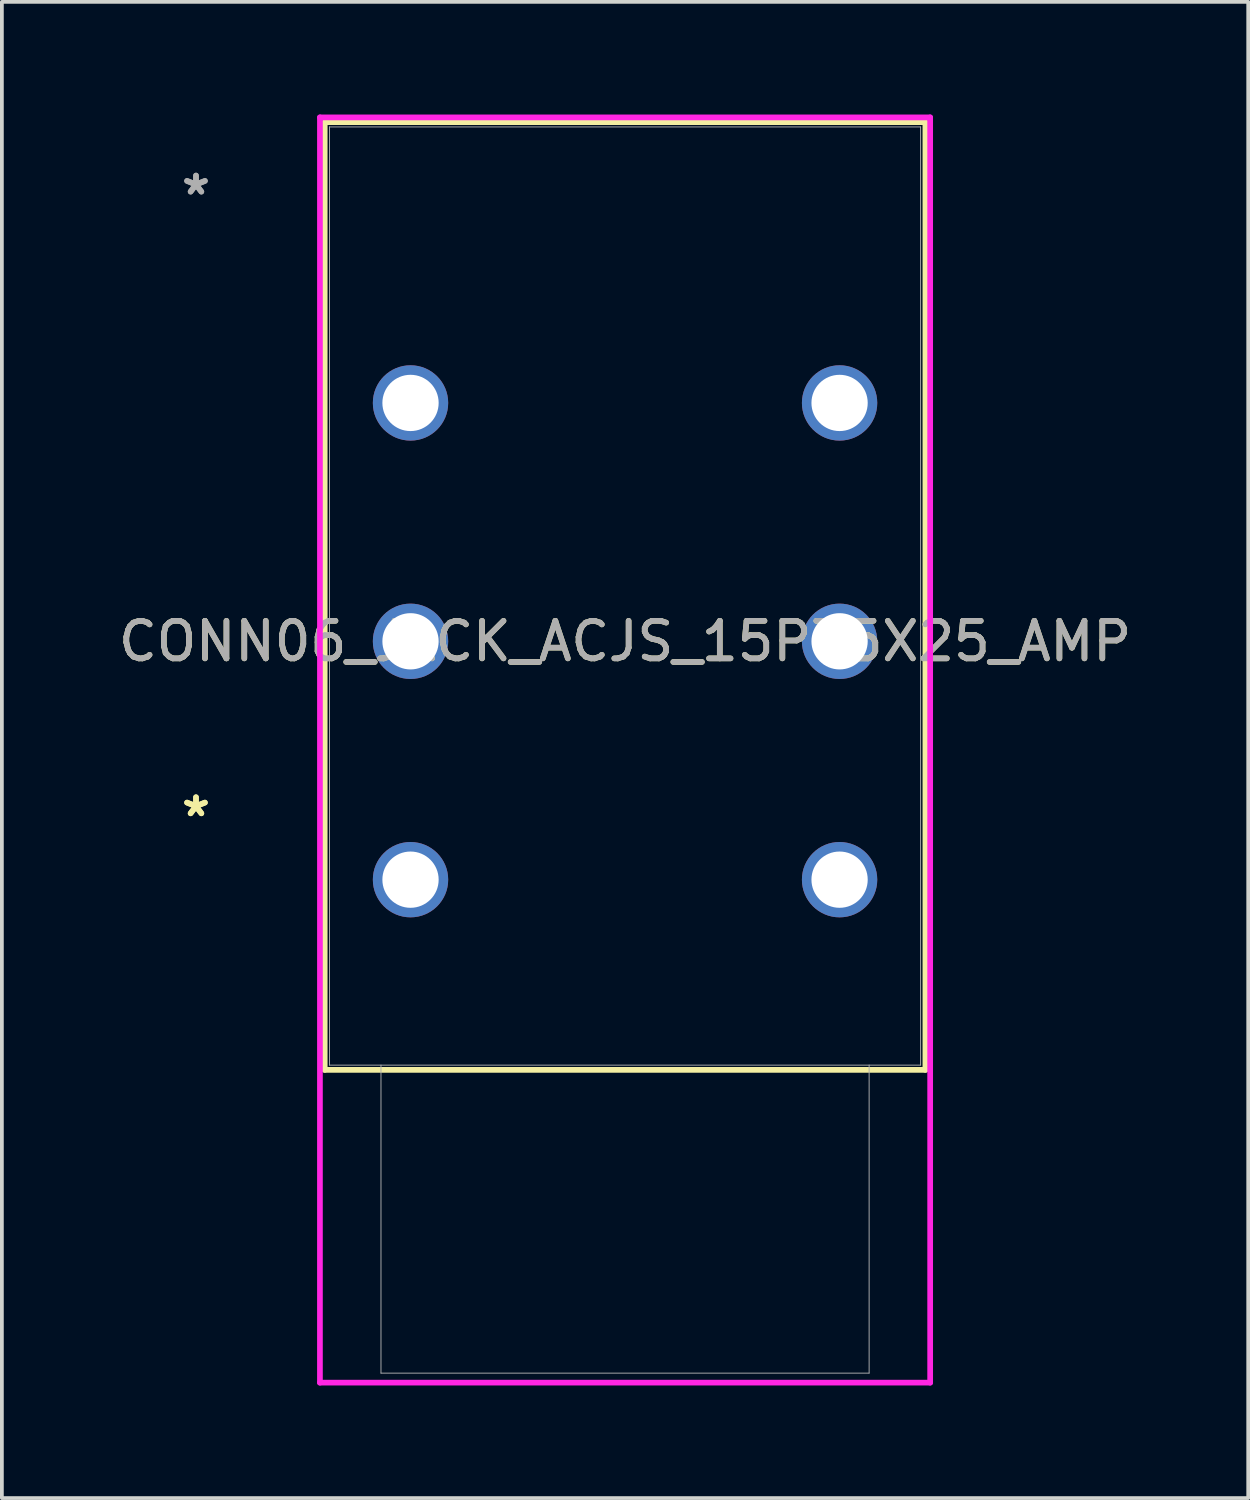
<source format=kicad_pcb>
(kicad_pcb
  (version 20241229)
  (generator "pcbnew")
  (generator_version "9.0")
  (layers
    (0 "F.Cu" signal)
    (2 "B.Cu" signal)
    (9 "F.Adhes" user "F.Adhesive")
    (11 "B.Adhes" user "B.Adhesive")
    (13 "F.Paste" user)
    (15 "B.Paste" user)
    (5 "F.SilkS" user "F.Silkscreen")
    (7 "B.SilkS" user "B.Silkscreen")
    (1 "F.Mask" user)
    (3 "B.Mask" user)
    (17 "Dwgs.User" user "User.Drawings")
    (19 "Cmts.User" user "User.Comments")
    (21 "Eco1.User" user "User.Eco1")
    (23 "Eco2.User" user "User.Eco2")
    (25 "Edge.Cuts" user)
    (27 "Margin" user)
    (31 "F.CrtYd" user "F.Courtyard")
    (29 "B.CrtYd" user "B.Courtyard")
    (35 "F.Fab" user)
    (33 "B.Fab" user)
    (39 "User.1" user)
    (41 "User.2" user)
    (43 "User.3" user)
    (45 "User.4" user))
  (footprint "CONN06_JACK_ACJS_15P75X25_AMP"
    (layer "F.Cu")
    (at 7.886 20.384)
    (property "Reference" "CONN06_JACK_ACJS_15P75X25_AMP" (at 5.715 -6.35 0) (unlocked yes) (layer "F.SilkS") (effects (font (size 1 1) (thickness 0.15))))
    (attr through_hole)
    (fp_line (start -2.286 -20.18) (end -2.286 5.067) (stroke (width 0.152) (type solid)) (layer "F.SilkS"))
    (fp_line (start -2.286 5.067) (end 13.716 5.067) (stroke (width 0.152) (type solid)) (layer "F.SilkS"))
    (fp_line (start 13.716 -20.18) (end -2.286 -20.18) (stroke (width 0.152) (type solid)) (layer "F.SilkS"))
    (fp_line (start 13.716 5.067) (end 13.716 -20.18) (stroke (width 0.152) (type solid)) (layer "F.SilkS"))
    (fp_line (start -2.413 -20.307) (end -2.413 13.399) (stroke (width 0.152) (type solid)) (layer "F.CrtYd"))
    (fp_line (start -2.413 13.399) (end 13.843 13.399) (stroke (width 0.152) (type solid)) (layer "F.CrtYd"))
    (fp_line (start 13.843 -20.307) (end -2.413 -20.307) (stroke (width 0.152) (type solid)) (layer "F.CrtYd"))
    (fp_line (start 13.843 13.399) (end 13.843 -20.307) (stroke (width 0.152) (type solid)) (layer "F.CrtYd"))
    (fp_line (start -2.159 -20.053) (end -2.159 4.94) (stroke (width 0.025) (type solid)) (layer "F.Fab"))
    (fp_line (start -2.159 4.94) (end 13.589 4.94) (stroke (width 0.025) (type solid)) (layer "F.Fab"))
    (fp_line (start -0.787 4.94) (end -0.787 13.145) (stroke (width 0.025) (type solid)) (layer "F.Fab"))
    (fp_line (start -0.787 13.145) (end 12.217 13.145) (stroke (width 0.025) (type solid)) (layer "F.Fab"))
    (fp_line (start 12.217 4.94) (end 12.217 13.145) (stroke (width 0.025) (type solid)) (layer "F.Fab"))
    (fp_line (start 13.589 -20.053) (end -2.159 -20.053) (stroke (width 0.025) (type solid)) (layer "F.Fab"))
    (fp_line (start 13.589 4.94) (end 13.589 -20.053) (stroke (width 0.025) (type solid)) (layer "F.Fab"))
    (fp_text user "*" (at -5.715 -1.651 0) (unlocked yes) (layer "F.SilkS") (effects (font (size 1 1) (thickness 0.15))))
    (fp_text user "*" (at -5.715 -1.651 0) (layer "F.SilkS") (effects (font (size 1 1) (thickness 0.15))))
    (fp_text user "${REFERENCE}" (at 5.715 -6.35 0) (unlocked yes) (layer "F.Fab") (effects (font (size 1 1) (thickness 0.15))))
    (fp_text user "*" (at -5.715 -18.212 0) (layer "F.Fab") (effects (font (size 1 1) (thickness 0.15))))
    (fp_text user "*" (at -5.715 -18.212 0) (unlocked yes) (layer "F.Fab") (effects (font (size 1 1) (thickness 0.15))))
    (pad "R" thru_hole circle (at 0 -6.35) (size 2.007 2.007) (drill 1.499) (layers "*.Cu" "*.Mask"))
    (pad "R" thru_hole circle (at 11.43 -6.35) (size 2.007 2.007) (drill 1.499) (layers "*.Cu" "*.Mask"))
    (pad "S" thru_hole circle (at 0 0) (size 2.007 2.007) (drill 1.499) (layers "*.Cu" "*.Mask"))
    (pad "S" thru_hole circle (at 11.43 0) (size 2.007 2.007) (drill 1.499) (layers "*.Cu" "*.Mask"))
    (pad "T" thru_hole circle (at 0 -12.7) (size 2.007 2.007) (drill 1.499) (layers "*.Cu" "*.Mask"))
    (pad "T" thru_hole circle (at 11.43 -12.7) (size 2.007 2.007) (drill 1.499) (layers "*.Cu" "*.Mask")))
  (gr_rect
    (start -3 -3)
    (end 30.202 36.858)
    (stroke (width 0.1) (type default))
    (fill no)
    (layer "Edge.Cuts")))
</source>
